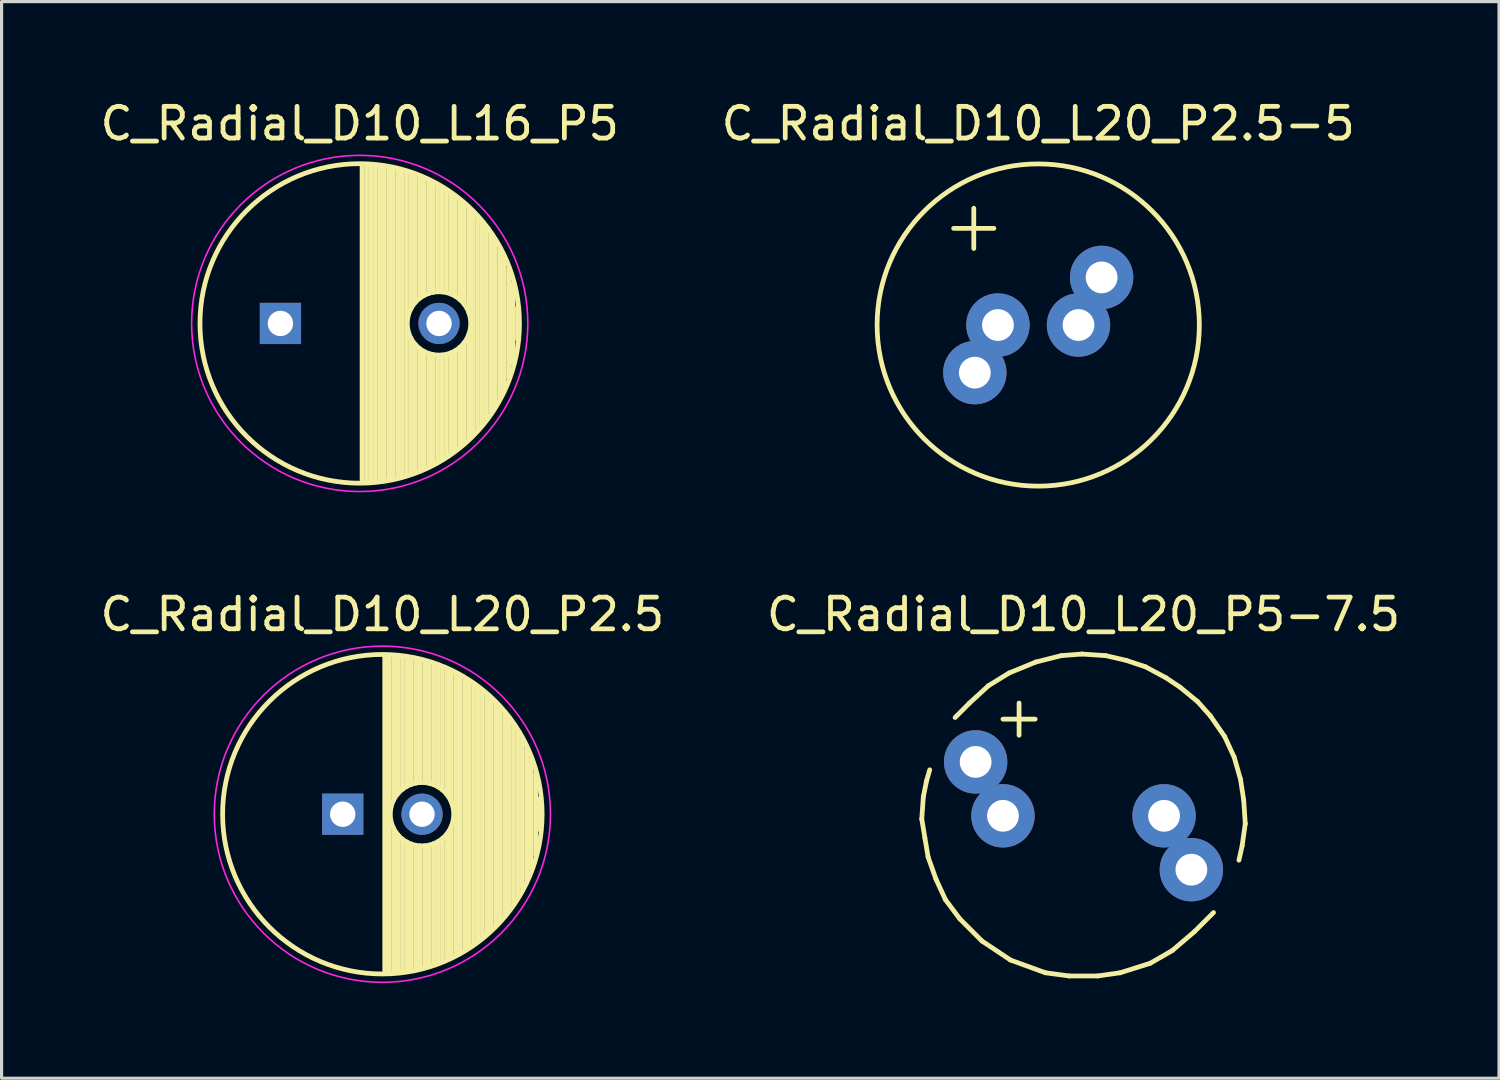
<source format=kicad_pcb>
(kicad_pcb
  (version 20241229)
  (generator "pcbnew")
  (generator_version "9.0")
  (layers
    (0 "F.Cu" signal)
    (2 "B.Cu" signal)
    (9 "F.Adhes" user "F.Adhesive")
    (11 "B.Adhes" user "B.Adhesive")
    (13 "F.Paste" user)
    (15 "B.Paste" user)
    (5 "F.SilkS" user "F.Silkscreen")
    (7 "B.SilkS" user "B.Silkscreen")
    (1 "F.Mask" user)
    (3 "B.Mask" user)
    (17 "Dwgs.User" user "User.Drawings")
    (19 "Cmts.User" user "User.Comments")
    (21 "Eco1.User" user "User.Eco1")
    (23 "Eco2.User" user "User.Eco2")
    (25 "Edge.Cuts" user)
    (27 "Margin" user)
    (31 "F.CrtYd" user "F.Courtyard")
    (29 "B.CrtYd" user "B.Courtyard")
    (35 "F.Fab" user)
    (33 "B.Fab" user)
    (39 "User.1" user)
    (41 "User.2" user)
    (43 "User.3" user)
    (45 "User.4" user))
  (footprint "C_Radial_D10_L20_P2.5-5"
    (layer "F.Cu")
    (at 29.685 7.198)
    (property "Reference" "C_Radial_D10_L20_P2.5-5" (at 0 -6.35 0) (layer "F.SilkS") (effects (font (size 1 1) (thickness 0.15))))
    (attr through_hole)
    (fp_line (start -2.667 -3.048) (end -1.397 -3.048) (stroke (width 0.15) (type solid)) (layer "F.SilkS"))
    (fp_line (start -2.032 -3.683) (end -2.032 -2.413) (stroke (width 0.15) (type solid)) (layer "F.SilkS"))
    (fp_circle (center 0 0) (end 5.08 0) (stroke (width 0.15) (type solid)) (fill no) (layer "F.SilkS"))
    (pad "1" thru_hole circle (at -1.999 1.501) (size 1.999 1.999) (drill 1.001) (layers "*.Cu" "*.Mask"))
    (pad "1" thru_hole circle (at -1.27 0) (size 1.999 1.999) (drill 1.001) (layers "*.Cu" "*.Mask"))
    (pad "2" thru_hole circle (at 1.27 0) (size 1.999 1.999) (drill 1.001) (layers "*.Cu" "*.Mask"))
    (pad "2" thru_hole circle (at 1.999 -1.501) (size 1.999 1.999) (drill 1.001) (layers "*.Cu" "*.Mask")))
  (footprint "C_Radial_D10_L20_P5-7.5"
    (layer "F.Cu")
    (at 31.113 22.672)
    (property "Reference" "C_Radial_D10_L20_P5-7.5" (at 0 -6.35 0) (layer "F.SilkS") (effects (font (size 1 1) (thickness 0.15))))
    (attr through_hole)
    (fp_line (start -5.1 0.099) (end -5.001 0.701) (stroke (width 0.15) (type solid)) (layer "F.SilkS"))
    (fp_line (start -5.05 -0.599) (end -5.1 0.099) (stroke (width 0.15) (type solid)) (layer "F.SilkS"))
    (fp_line (start -5.001 0.701) (end -4.9 1.3) (stroke (width 0.15) (type solid)) (layer "F.SilkS"))
    (fp_line (start -4.95 -1.1) (end -5.05 -0.599) (stroke (width 0.15) (type solid)) (layer "F.SilkS"))
    (fp_line (start -4.9 1.3) (end -4.651 1.999) (stroke (width 0.15) (type solid)) (layer "F.SilkS"))
    (fp_line (start -4.849 -1.45) (end -4.95 -1.1) (stroke (width 0.15) (type solid)) (layer "F.SilkS"))
    (fp_line (start -4.651 1.999) (end -4.351 2.649) (stroke (width 0.15) (type solid)) (layer "F.SilkS"))
    (fp_line (start -4.351 2.649) (end -3.899 3.251) (stroke (width 0.15) (type solid)) (layer "F.SilkS"))
    (fp_line (start -3.899 3.251) (end -3.2 3.95) (stroke (width 0.15) (type solid)) (layer "F.SilkS"))
    (fp_line (start -3.599 -3.551) (end -4.049 -3.099) (stroke (width 0.15) (type solid)) (layer "F.SilkS"))
    (fp_line (start -3.2 3.95) (end -2.301 4.549) (stroke (width 0.15) (type solid)) (layer "F.SilkS"))
    (fp_line (start -3 -4.1) (end -3.599 -3.551) (stroke (width 0.15) (type solid)) (layer "F.SilkS"))
    (fp_line (start -2.54 -3.048) (end -1.524 -3.048) (stroke (width 0.15) (type solid)) (layer "F.SilkS"))
    (fp_line (start -2.349 -4.501) (end -3 -4.1) (stroke (width 0.15) (type solid)) (layer "F.SilkS"))
    (fp_line (start -2.301 4.549) (end -1.199 4.95) (stroke (width 0.15) (type solid)) (layer "F.SilkS"))
    (fp_line (start -2.032 -3.556) (end -2.032 -2.54) (stroke (width 0.15) (type solid)) (layer "F.SilkS"))
    (fp_line (start -1.501 -4.849) (end -2.349 -4.501) (stroke (width 0.15) (type solid)) (layer "F.SilkS"))
    (fp_line (start -1.199 4.95) (end -0.45 5.05) (stroke (width 0.15) (type solid)) (layer "F.SilkS"))
    (fp_line (start -0.701 -5.05) (end -1.501 -4.849) (stroke (width 0.15) (type solid)) (layer "F.SilkS"))
    (fp_line (start -0.45 5.05) (end 0.45 5.05) (stroke (width 0.15) (type solid)) (layer "F.SilkS"))
    (fp_line (start -0.051 -5.1) (end -0.701 -5.05) (stroke (width 0.15) (type solid)) (layer "F.SilkS"))
    (fp_line (start 0.45 5.05) (end 1.151 4.95) (stroke (width 0.15) (type solid)) (layer "F.SilkS"))
    (fp_line (start 0.701 -5.05) (end -0.051 -5.1) (stroke (width 0.15) (type solid)) (layer "F.SilkS"))
    (fp_line (start 1.151 4.95) (end 2.101 4.651) (stroke (width 0.15) (type solid)) (layer "F.SilkS"))
    (fp_line (start 1.349 -4.9) (end 0.701 -5.05) (stroke (width 0.15) (type solid)) (layer "F.SilkS"))
    (fp_line (start 1.951 -4.699) (end 1.349 -4.9) (stroke (width 0.15) (type solid)) (layer "F.SilkS"))
    (fp_line (start 2.101 4.651) (end 2.799 4.249) (stroke (width 0.15) (type solid)) (layer "F.SilkS"))
    (fp_line (start 2.601 -4.351) (end 1.951 -4.699) (stroke (width 0.15) (type solid)) (layer "F.SilkS"))
    (fp_line (start 2.799 4.249) (end 3.5 3.65) (stroke (width 0.15) (type solid)) (layer "F.SilkS"))
    (fp_line (start 3.051 -4.049) (end 2.601 -4.351) (stroke (width 0.15) (type solid)) (layer "F.SilkS"))
    (fp_line (start 3.5 3.65) (end 4.1 3.051) (stroke (width 0.15) (type solid)) (layer "F.SilkS"))
    (fp_line (start 3.599 -3.599) (end 3.051 -4.049) (stroke (width 0.15) (type solid)) (layer "F.SilkS"))
    (fp_line (start 4 -3.15) (end 3.599 -3.599) (stroke (width 0.15) (type solid)) (layer "F.SilkS"))
    (fp_line (start 4.45 -2.499) (end 4 -3.15) (stroke (width 0.15) (type solid)) (layer "F.SilkS"))
    (fp_line (start 4.75 -1.849) (end 4.45 -2.499) (stroke (width 0.15) (type solid)) (layer "F.SilkS"))
    (fp_line (start 4.9 1.4) (end 5.001 0.95) (stroke (width 0.15) (type solid)) (layer "F.SilkS"))
    (fp_line (start 4.95 -1.151) (end 4.75 -1.849) (stroke (width 0.15) (type solid)) (layer "F.SilkS"))
    (fp_line (start 5.001 0.95) (end 5.1 0.249) (stroke (width 0.15) (type solid)) (layer "F.SilkS"))
    (fp_line (start 5.05 -0.5) (end 4.95 -1.151) (stroke (width 0.15) (type solid)) (layer "F.SilkS"))
    (fp_line (start 5.1 0.249) (end 5.05 -0.5) (stroke (width 0.15) (type solid)) (layer "F.SilkS"))
    (pad "1" thru_hole circle (at -3.401 -1.699) (size 1.999 1.999) (drill 1.001) (layers "*.Cu" "*.Mask"))
    (pad "1" thru_hole circle (at -2.54 0) (size 1.999 1.999) (drill 1.001) (layers "*.Cu" "*.Mask"))
    (pad "2" thru_hole circle (at 2.54 0) (size 1.999 1.999) (drill 1.001) (layers "*.Cu" "*.Mask"))
    (pad "2" thru_hole circle (at 3.401 1.699) (size 1.999 1.999) (drill 1.001) (layers "*.Cu" "*.Mask")))
  (footprint "C_Radial_D10_L16_P5"
    (layer "F.Cu")
    (at 5.792 7.148)
    (property "Reference" "C_Radial_D10_L16_P5" (at 2.5 -6.3 0) (layer "F.SilkS") (effects (font (size 1 1) (thickness 0.15))))
    (attr through_hole)
    (fp_line (start 2.575 -4.999) (end 2.575 4.999) (stroke (width 0.15) (type solid)) (layer "F.SilkS"))
    (fp_line (start 2.715 -4.995) (end 2.715 4.995) (stroke (width 0.15) (type solid)) (layer "F.SilkS"))
    (fp_line (start 2.855 -4.987) (end 2.855 4.987) (stroke (width 0.15) (type solid)) (layer "F.SilkS"))
    (fp_line (start 2.995 -4.975) (end 2.995 4.975) (stroke (width 0.15) (type solid)) (layer "F.SilkS"))
    (fp_line (start 3.135 -4.96) (end 3.135 4.96) (stroke (width 0.15) (type solid)) (layer "F.SilkS"))
    (fp_line (start 3.275 -4.94) (end 3.275 4.94) (stroke (width 0.15) (type solid)) (layer "F.SilkS"))
    (fp_line (start 3.415 -4.916) (end 3.415 4.916) (stroke (width 0.15) (type solid)) (layer "F.SilkS"))
    (fp_line (start 3.555 -4.887) (end 3.555 4.887) (stroke (width 0.15) (type solid)) (layer "F.SilkS"))
    (fp_line (start 3.695 -4.855) (end 3.695 4.855) (stroke (width 0.15) (type solid)) (layer "F.SilkS"))
    (fp_line (start 3.835 -4.818) (end 3.835 4.818) (stroke (width 0.15) (type solid)) (layer "F.SilkS"))
    (fp_line (start 3.975 -4.777) (end 3.975 4.777) (stroke (width 0.15) (type solid)) (layer "F.SilkS"))
    (fp_line (start 4.115 -4.732) (end 4.115 -0.466) (stroke (width 0.15) (type solid)) (layer "F.SilkS"))
    (fp_line (start 4.115 0.466) (end 4.115 4.732) (stroke (width 0.15) (type solid)) (layer "F.SilkS"))
    (fp_line (start 4.255 -4.682) (end 4.255 -0.667) (stroke (width 0.15) (type solid)) (layer "F.SilkS"))
    (fp_line (start 4.255 0.667) (end 4.255 4.682) (stroke (width 0.15) (type solid)) (layer "F.SilkS"))
    (fp_line (start 4.395 -4.627) (end 4.395 -0.796) (stroke (width 0.15) (type solid)) (layer "F.SilkS"))
    (fp_line (start 4.395 0.796) (end 4.395 4.627) (stroke (width 0.15) (type solid)) (layer "F.SilkS"))
    (fp_line (start 4.535 -4.567) (end 4.535 -0.885) (stroke (width 0.15) (type solid)) (layer "F.SilkS"))
    (fp_line (start 4.535 0.885) (end 4.535 4.567) (stroke (width 0.15) (type solid)) (layer "F.SilkS"))
    (fp_line (start 4.675 -4.502) (end 4.675 -0.946) (stroke (width 0.15) (type solid)) (layer "F.SilkS"))
    (fp_line (start 4.675 0.946) (end 4.675 4.502) (stroke (width 0.15) (type solid)) (layer "F.SilkS"))
    (fp_line (start 4.815 -4.432) (end 4.815 -0.983) (stroke (width 0.15) (type solid)) (layer "F.SilkS"))
    (fp_line (start 4.815 0.983) (end 4.815 4.432) (stroke (width 0.15) (type solid)) (layer "F.SilkS"))
    (fp_line (start 4.955 -4.356) (end 4.955 -0.999) (stroke (width 0.15) (type solid)) (layer "F.SilkS"))
    (fp_line (start 4.955 0.999) (end 4.955 4.356) (stroke (width 0.15) (type solid)) (layer "F.SilkS"))
    (fp_line (start 5.095 -4.274) (end 5.095 -0.995) (stroke (width 0.15) (type solid)) (layer "F.SilkS"))
    (fp_line (start 5.095 0.995) (end 5.095 4.274) (stroke (width 0.15) (type solid)) (layer "F.SilkS"))
    (fp_line (start 5.235 -4.186) (end 5.235 -0.972) (stroke (width 0.15) (type solid)) (layer "F.SilkS"))
    (fp_line (start 5.235 0.972) (end 5.235 4.186) (stroke (width 0.15) (type solid)) (layer "F.SilkS"))
    (fp_line (start 5.375 -4.091) (end 5.375 -0.927) (stroke (width 0.15) (type solid)) (layer "F.SilkS"))
    (fp_line (start 5.375 0.927) (end 5.375 4.091) (stroke (width 0.15) (type solid)) (layer "F.SilkS"))
    (fp_line (start 5.515 -3.989) (end 5.515 -0.857) (stroke (width 0.15) (type solid)) (layer "F.SilkS"))
    (fp_line (start 5.515 0.857) (end 5.515 3.989) (stroke (width 0.15) (type solid)) (layer "F.SilkS"))
    (fp_line (start 5.655 -3.879) (end 5.655 -0.756) (stroke (width 0.15) (type solid)) (layer "F.SilkS"))
    (fp_line (start 5.655 0.756) (end 5.655 3.879) (stroke (width 0.15) (type solid)) (layer "F.SilkS"))
    (fp_line (start 5.795 -3.761) (end 5.795 -0.607) (stroke (width 0.15) (type solid)) (layer "F.SilkS"))
    (fp_line (start 5.795 0.607) (end 5.795 3.761) (stroke (width 0.15) (type solid)) (layer "F.SilkS"))
    (fp_line (start 5.935 -3.633) (end 5.935 -0.355) (stroke (width 0.15) (type solid)) (layer "F.SilkS"))
    (fp_line (start 5.935 0.355) (end 5.935 3.633) (stroke (width 0.15) (type solid)) (layer "F.SilkS"))
    (fp_line (start 6.075 -3.496) (end 6.075 3.496) (stroke (width 0.15) (type solid)) (layer "F.SilkS"))
    (fp_line (start 6.215 -3.346) (end 6.215 3.346) (stroke (width 0.15) (type solid)) (layer "F.SilkS"))
    (fp_line (start 6.355 -3.184) (end 6.355 3.184) (stroke (width 0.15) (type solid)) (layer "F.SilkS"))
    (fp_line (start 6.495 -3.007) (end 6.495 3.007) (stroke (width 0.15) (type solid)) (layer "F.SilkS"))
    (fp_line (start 6.635 -2.811) (end 6.635 2.811) (stroke (width 0.15) (type solid)) (layer "F.SilkS"))
    (fp_line (start 6.775 -2.593) (end 6.775 2.593) (stroke (width 0.15) (type solid)) (layer "F.SilkS"))
    (fp_line (start 6.915 -2.347) (end 6.915 2.347) (stroke (width 0.15) (type solid)) (layer "F.SilkS"))
    (fp_line (start 7.055 -2.062) (end 7.055 2.062) (stroke (width 0.15) (type solid)) (layer "F.SilkS"))
    (fp_line (start 7.195 -1.72) (end 7.195 1.72) (stroke (width 0.15) (type solid)) (layer "F.SilkS"))
    (fp_line (start 7.335 -1.274) (end 7.335 1.274) (stroke (width 0.15) (type solid)) (layer "F.SilkS"))
    (fp_line (start 7.475 -0.499) (end 7.475 0.499) (stroke (width 0.15) (type solid)) (layer "F.SilkS"))
    (fp_circle (center 2.5 0) (end 2.5 -5.037) (stroke (width 0.15) (type solid)) (fill no) (layer "F.SilkS"))
    (fp_circle (center 5 0) (end 5 -1) (stroke (width 0.15) (type solid)) (fill no) (layer "F.SilkS"))
    (fp_circle (center 2.5 0) (end 2.5 -5.3) (stroke (width 0.05) (type solid)) (fill no) (layer "F.CrtYd"))
    (pad "1" thru_hole rect (at 0 0) (size 1.3 1.3) (drill 0.8) (layers "*.Cu" "*.Mask"))
    (pad "2" thru_hole circle (at 5 0) (size 1.3 1.3) (drill 0.8) (layers "*.Cu" "*.Mask")))
  (footprint "C_Radial_D10_L20_P2.5"
    (layer "F.Cu")
    (at 7.756 22.622)
    (property "Reference" "C_Radial_D10_L20_P2.5" (at 1.25 -6.3 0) (layer "F.SilkS") (effects (font (size 1 1) (thickness 0.15))))
    (attr through_hole)
    (fp_line (start 1.325 -4.999) (end 1.325 4.999) (stroke (width 0.15) (type solid)) (layer "F.SilkS"))
    (fp_line (start 1.465 -4.995) (end 1.465 4.995) (stroke (width 0.15) (type solid)) (layer "F.SilkS"))
    (fp_line (start 1.605 -4.987) (end 1.605 -0.446) (stroke (width 0.15) (type solid)) (layer "F.SilkS"))
    (fp_line (start 1.605 0.446) (end 1.605 4.987) (stroke (width 0.15) (type solid)) (layer "F.SilkS"))
    (fp_line (start 1.745 -4.975) (end 1.745 -0.656) (stroke (width 0.15) (type solid)) (layer "F.SilkS"))
    (fp_line (start 1.745 0.656) (end 1.745 4.975) (stroke (width 0.15) (type solid)) (layer "F.SilkS"))
    (fp_line (start 1.885 -4.96) (end 1.885 -0.789) (stroke (width 0.15) (type solid)) (layer "F.SilkS"))
    (fp_line (start 1.885 0.789) (end 1.885 4.96) (stroke (width 0.15) (type solid)) (layer "F.SilkS"))
    (fp_line (start 2.025 -4.94) (end 2.025 -0.88) (stroke (width 0.15) (type solid)) (layer "F.SilkS"))
    (fp_line (start 2.025 0.88) (end 2.025 4.94) (stroke (width 0.15) (type solid)) (layer "F.SilkS"))
    (fp_line (start 2.165 -4.916) (end 2.165 -0.942) (stroke (width 0.15) (type solid)) (layer "F.SilkS"))
    (fp_line (start 2.165 0.942) (end 2.165 4.916) (stroke (width 0.15) (type solid)) (layer "F.SilkS"))
    (fp_line (start 2.305 -4.887) (end 2.305 -0.981) (stroke (width 0.15) (type solid)) (layer "F.SilkS"))
    (fp_line (start 2.305 0.981) (end 2.305 4.887) (stroke (width 0.15) (type solid)) (layer "F.SilkS"))
    (fp_line (start 2.445 -4.855) (end 2.445 -0.998) (stroke (width 0.15) (type solid)) (layer "F.SilkS"))
    (fp_line (start 2.445 0.998) (end 2.445 4.855) (stroke (width 0.15) (type solid)) (layer "F.SilkS"))
    (fp_line (start 2.585 -4.818) (end 2.585 -0.996) (stroke (width 0.15) (type solid)) (layer "F.SilkS"))
    (fp_line (start 2.585 0.996) (end 2.585 4.818) (stroke (width 0.15) (type solid)) (layer "F.SilkS"))
    (fp_line (start 2.725 -4.777) (end 2.725 -0.974) (stroke (width 0.15) (type solid)) (layer "F.SilkS"))
    (fp_line (start 2.725 0.974) (end 2.725 4.777) (stroke (width 0.15) (type solid)) (layer "F.SilkS"))
    (fp_line (start 2.865 -4.732) (end 2.865 -0.931) (stroke (width 0.15) (type solid)) (layer "F.SilkS"))
    (fp_line (start 2.865 0.931) (end 2.865 4.732) (stroke (width 0.15) (type solid)) (layer "F.SilkS"))
    (fp_line (start 3.005 -4.682) (end 3.005 -0.863) (stroke (width 0.15) (type solid)) (layer "F.SilkS"))
    (fp_line (start 3.005 0.863) (end 3.005 4.682) (stroke (width 0.15) (type solid)) (layer "F.SilkS"))
    (fp_line (start 3.145 -4.627) (end 3.145 -0.764) (stroke (width 0.15) (type solid)) (layer "F.SilkS"))
    (fp_line (start 3.145 0.764) (end 3.145 4.627) (stroke (width 0.15) (type solid)) (layer "F.SilkS"))
    (fp_line (start 3.285 -4.567) (end 3.285 -0.619) (stroke (width 0.15) (type solid)) (layer "F.SilkS"))
    (fp_line (start 3.285 0.619) (end 3.285 4.567) (stroke (width 0.15) (type solid)) (layer "F.SilkS"))
    (fp_line (start 3.425 -4.502) (end 3.425 -0.38) (stroke (width 0.15) (type solid)) (layer "F.SilkS"))
    (fp_line (start 3.425 0.38) (end 3.425 4.502) (stroke (width 0.15) (type solid)) (layer "F.SilkS"))
    (fp_line (start 3.565 -4.432) (end 3.565 4.432) (stroke (width 0.15) (type solid)) (layer "F.SilkS"))
    (fp_line (start 3.705 -4.356) (end 3.705 4.356) (stroke (width 0.15) (type solid)) (layer "F.SilkS"))
    (fp_line (start 3.845 -4.274) (end 3.845 4.274) (stroke (width 0.15) (type solid)) (layer "F.SilkS"))
    (fp_line (start 3.985 -4.186) (end 3.985 4.186) (stroke (width 0.15) (type solid)) (layer "F.SilkS"))
    (fp_line (start 4.125 -4.091) (end 4.125 4.091) (stroke (width 0.15) (type solid)) (layer "F.SilkS"))
    (fp_line (start 4.265 -3.989) (end 4.265 3.989) (stroke (width 0.15) (type solid)) (layer "F.SilkS"))
    (fp_line (start 4.405 -3.879) (end 4.405 3.879) (stroke (width 0.15) (type solid)) (layer "F.SilkS"))
    (fp_line (start 4.545 -3.761) (end 4.545 3.761) (stroke (width 0.15) (type solid)) (layer "F.SilkS"))
    (fp_line (start 4.685 -3.633) (end 4.685 3.633) (stroke (width 0.15) (type solid)) (layer "F.SilkS"))
    (fp_line (start 4.825 -3.496) (end 4.825 3.496) (stroke (width 0.15) (type solid)) (layer "F.SilkS"))
    (fp_line (start 4.965 -3.346) (end 4.965 3.346) (stroke (width 0.15) (type solid)) (layer "F.SilkS"))
    (fp_line (start 5.105 -3.184) (end 5.105 3.184) (stroke (width 0.15) (type solid)) (layer "F.SilkS"))
    (fp_line (start 5.245 -3.007) (end 5.245 3.007) (stroke (width 0.15) (type solid)) (layer "F.SilkS"))
    (fp_line (start 5.385 -2.811) (end 5.385 2.811) (stroke (width 0.15) (type solid)) (layer "F.SilkS"))
    (fp_line (start 5.525 -2.593) (end 5.525 2.593) (stroke (width 0.15) (type solid)) (layer "F.SilkS"))
    (fp_line (start 5.665 -2.347) (end 5.665 2.347) (stroke (width 0.15) (type solid)) (layer "F.SilkS"))
    (fp_line (start 5.805 -2.062) (end 5.805 2.062) (stroke (width 0.15) (type solid)) (layer "F.SilkS"))
    (fp_line (start 5.945 -1.72) (end 5.945 1.72) (stroke (width 0.15) (type solid)) (layer "F.SilkS"))
    (fp_line (start 6.085 -1.274) (end 6.085 1.274) (stroke (width 0.15) (type solid)) (layer "F.SilkS"))
    (fp_line (start 6.225 -0.499) (end 6.225 0.499) (stroke (width 0.15) (type solid)) (layer "F.SilkS"))
    (fp_circle (center 1.25 0) (end 1.25 -5.037) (stroke (width 0.15) (type solid)) (fill no) (layer "F.SilkS"))
    (fp_circle (center 2.5 0) (end 2.5 -1) (stroke (width 0.15) (type solid)) (fill no) (layer "F.SilkS"))
    (fp_circle (center 1.25 0) (end 1.25 -5.3) (stroke (width 0.05) (type solid)) (fill no) (layer "F.CrtYd"))
    (pad "1" thru_hole rect (at 0 0) (size 1.3 1.3) (drill 0.8) (layers "*.Cu" "*.Mask"))
    (pad "2" thru_hole circle (at 2.5 0) (size 1.3 1.3) (drill 0.8) (layers "*.Cu" "*.Mask")))
  (gr_rect
    (start -3 -3)
    (end 44.214 30.947)
    (stroke (width 0.1) (type default))
    (fill no)
    (layer "Edge.Cuts")))
</source>
